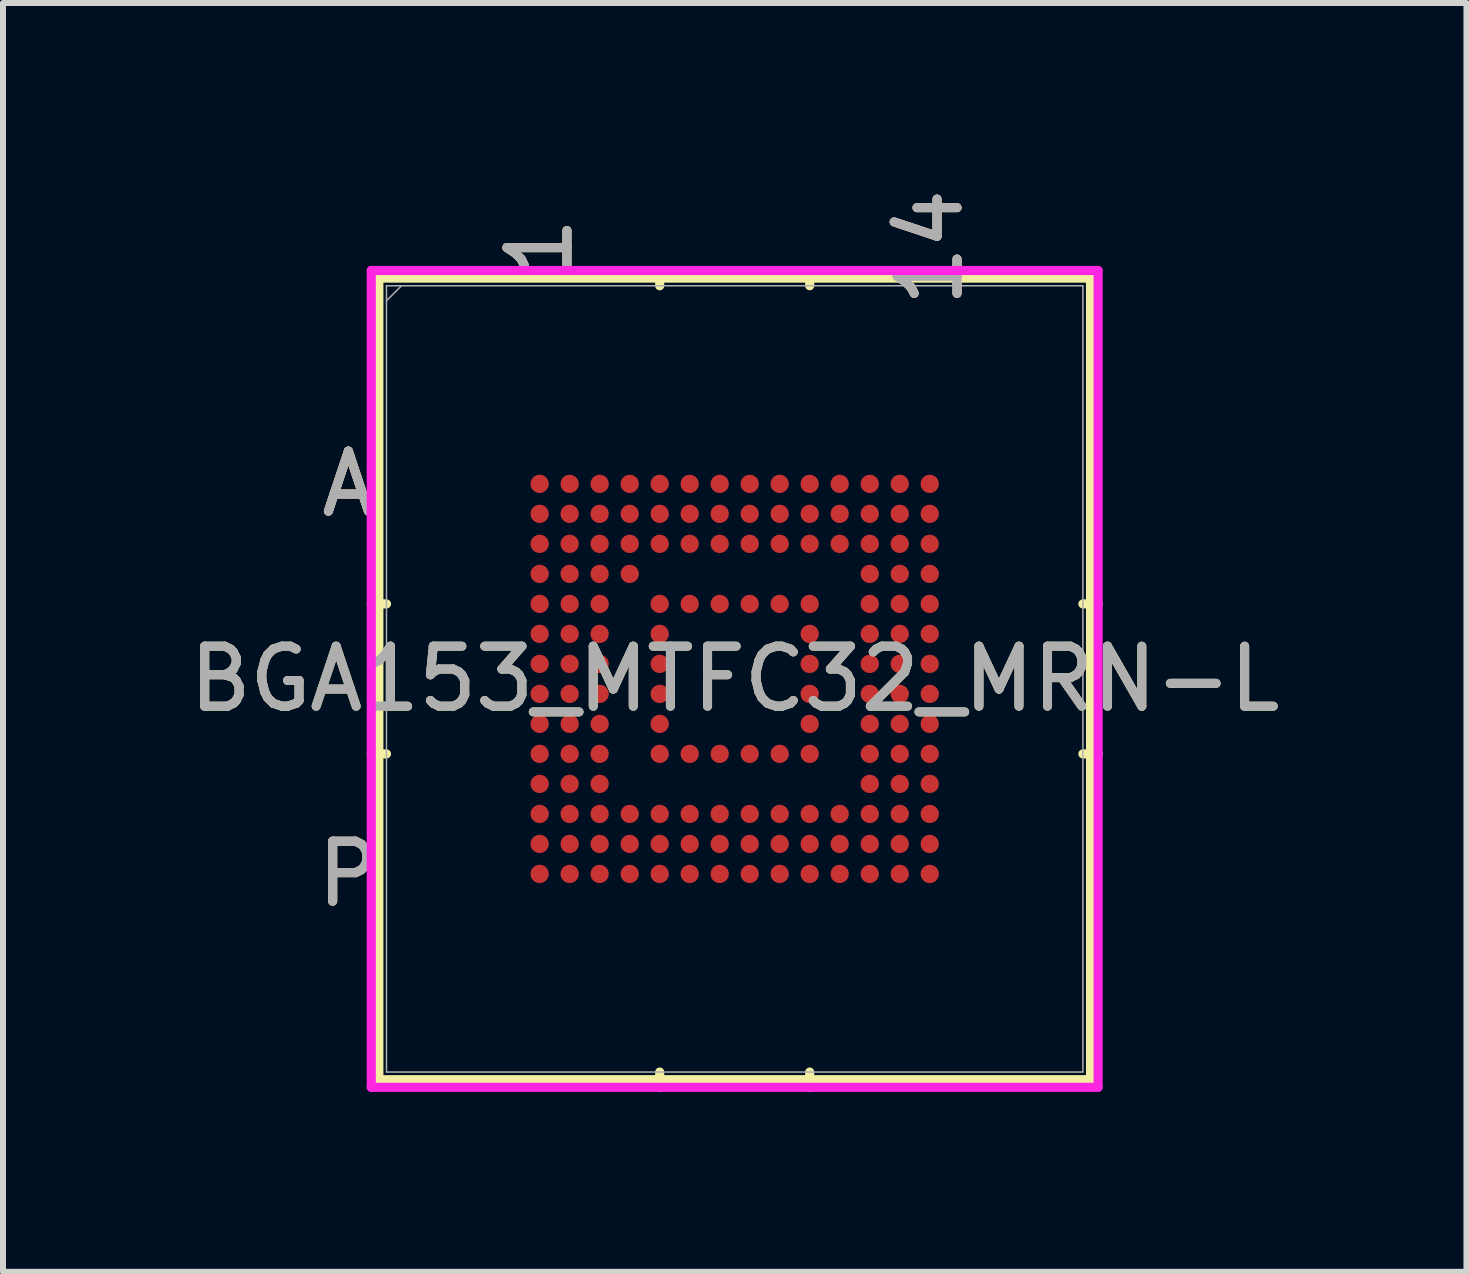
<source format=kicad_pcb>
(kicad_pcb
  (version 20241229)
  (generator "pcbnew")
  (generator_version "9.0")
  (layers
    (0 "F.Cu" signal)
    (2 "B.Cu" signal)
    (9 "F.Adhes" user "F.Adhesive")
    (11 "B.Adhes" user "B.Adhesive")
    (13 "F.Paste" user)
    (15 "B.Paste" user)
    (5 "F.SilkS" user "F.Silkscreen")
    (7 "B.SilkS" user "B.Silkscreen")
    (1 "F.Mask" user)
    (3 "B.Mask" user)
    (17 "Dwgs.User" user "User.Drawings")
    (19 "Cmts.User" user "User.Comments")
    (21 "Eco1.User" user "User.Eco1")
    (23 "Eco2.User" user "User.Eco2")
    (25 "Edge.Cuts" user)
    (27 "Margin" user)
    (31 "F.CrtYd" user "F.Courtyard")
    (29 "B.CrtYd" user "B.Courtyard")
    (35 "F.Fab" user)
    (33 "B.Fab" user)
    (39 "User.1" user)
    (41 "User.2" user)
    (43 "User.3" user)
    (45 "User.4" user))
  (footprint "BGA153_MTFC32_MRN-L"
    (layer "F.Cu")
    (at 9.196 8.266)
    (property "Reference" "BGA153_MTFC32_MRN-L" (at 0 0 0) (unlocked yes) (layer "F.SilkS") (effects (font (size 1 1) (thickness 0.15))))
    (attr smd)
    (fp_line (start -5.931 -6.68) (end -5.931 6.68) (stroke (width 0.152) (type solid)) (layer "F.SilkS"))
    (fp_line (start -5.931 6.68) (end 5.931 6.68) (stroke (width 0.152) (type solid)) (layer "F.SilkS"))
    (fp_line (start -5.804 -1.25) (end -6.058 -1.25) (stroke (width 0.152) (type solid)) (layer "F.SilkS"))
    (fp_line (start -5.804 1.25) (end -6.058 1.25) (stroke (width 0.152) (type solid)) (layer "F.SilkS"))
    (fp_line (start -1.25 -6.553) (end -1.25 -6.807) (stroke (width 0.152) (type solid)) (layer "F.SilkS"))
    (fp_line (start -1.25 6.553) (end -1.25 6.807) (stroke (width 0.152) (type solid)) (layer "F.SilkS"))
    (fp_line (start 1.25 -6.553) (end 1.25 -6.807) (stroke (width 0.152) (type solid)) (layer "F.SilkS"))
    (fp_line (start 1.25 6.553) (end 1.25 6.807) (stroke (width 0.152) (type solid)) (layer "F.SilkS"))
    (fp_line (start 5.804 -1.25) (end 6.058 -1.25) (stroke (width 0.152) (type solid)) (layer "F.SilkS"))
    (fp_line (start 5.804 1.25) (end 6.058 1.25) (stroke (width 0.152) (type solid)) (layer "F.SilkS"))
    (fp_line (start 5.931 -6.68) (end -5.931 -6.68) (stroke (width 0.152) (type solid)) (layer "F.SilkS"))
    (fp_line (start 5.931 6.68) (end 5.931 -6.68) (stroke (width 0.152) (type solid)) (layer "F.SilkS"))
    (fp_poly (pts (xy -3.945 -3.945) (xy 3.945 -3.945) (xy 3.945 3.945) (xy -3.945 3.945)) (stroke (width 0.1) (type solid)) (fill no) (layer "Eco2.User"))
    (fp_line (start -6.058 -6.807) (end 6.058 -6.807) (stroke (width 0.152) (type solid)) (layer "F.CrtYd"))
    (fp_line (start -6.058 6.807) (end -6.058 -6.807) (stroke (width 0.152) (type solid)) (layer "F.CrtYd"))
    (fp_line (start 6.058 -6.807) (end 6.058 6.807) (stroke (width 0.152) (type solid)) (layer "F.CrtYd"))
    (fp_line (start 6.058 6.807) (end -6.058 6.807) (stroke (width 0.152) (type solid)) (layer "F.CrtYd"))
    (fp_line (start -5.804 -6.553) (end -5.804 6.553) (stroke (width 0.025) (type solid)) (layer "F.Fab"))
    (fp_line (start -5.804 6.553) (end 5.804 6.553) (stroke (width 0.025) (type solid)) (layer "F.Fab"))
    (fp_line (start -5.554 -6.553) (end -5.804 -6.303) (stroke (width 0.025) (type solid)) (layer "F.Fab"))
    (fp_line (start 5.804 -6.553) (end -5.804 -6.553) (stroke (width 0.025) (type solid)) (layer "F.Fab"))
    (fp_line (start 5.804 6.553) (end 5.804 -6.553) (stroke (width 0.025) (type solid)) (layer "F.Fab"))
    (fp_text user "P" (at -6.439 3.251 0) (unlocked yes) (layer "F.SilkS") (effects (font (size 1 1) (thickness 0.15))))
    (fp_text user "1" (at -3.251 -7.188 90) (unlocked yes) (layer "F.SilkS") (effects (font (size 1 1) (thickness 0.15))))
    (fp_text user "A" (at -6.439 -3.251 0) (unlocked yes) (layer "F.SilkS") (effects (font (size 1 1) (thickness 0.15))))
    (fp_text user "14" (at 3.251 -7.188 90) (unlocked yes) (layer "F.SilkS") (effects (font (size 1 1) (thickness 0.15))))
    (fp_text user "P" (at -6.439 3.251 0) (unlocked yes) (layer "B.SilkS") (effects (font (size 1 1) (thickness 0.15))))
    (fp_text user "14" (at 3.251 -7.188 90) (unlocked yes) (layer "B.SilkS") (effects (font (size 1 1) (thickness 0.15))))
    (fp_text user "A" (at -6.439 -3.251 0) (unlocked yes) (layer "B.SilkS") (effects (font (size 1 1) (thickness 0.15))))
    (fp_text user "1" (at -3.251 -7.188 90) (unlocked yes) (layer "B.SilkS") (effects (font (size 1 1) (thickness 0.15))))
    (fp_text user "A" (at -6.439 -3.251 0) (unlocked yes) (layer "F.Fab") (effects (font (size 1 1) (thickness 0.15))))
    (fp_text user "P" (at -6.439 3.251 0) (unlocked yes) (layer "F.Fab") (effects (font (size 1 1) (thickness 0.15))))
    (fp_text user "14" (at 3.251 -7.188 90) (unlocked yes) (layer "F.Fab") (effects (font (size 1 1) (thickness 0.15))))
    (fp_text user "${REFERENCE}" (at 0 0 0) (unlocked yes) (layer "F.Fab") (effects (font (size 1 1) (thickness 0.15))))
    (fp_text user "1" (at -3.251 -7.188 90) (unlocked yes) (layer "F.Fab") (effects (font (size 1 1) (thickness 0.15))))
    (pad "A1" smd circle (at -3.251 -3.251) (size 0.305 0.305) (layers "F.Cu" "F.Mask" "F.Paste"))
    (pad "A2" smd circle (at -2.751 -3.251) (size 0.305 0.305) (layers "F.Cu" "F.Mask" "F.Paste"))
    (pad "A3" smd circle (at -2.251 -3.251) (size 0.305 0.305) (layers "F.Cu" "F.Mask" "F.Paste"))
    (pad "A4" smd circle (at -1.75 -3.251) (size 0.305 0.305) (layers "F.Cu" "F.Mask" "F.Paste"))
    (pad "A5" smd circle (at -1.25 -3.251) (size 0.305 0.305) (layers "F.Cu" "F.Mask" "F.Paste"))
    (pad "A6" smd circle (at -0.75 -3.251) (size 0.305 0.305) (layers "F.Cu" "F.Mask" "F.Paste"))
    (pad "A7" smd circle (at -0.25 -3.251) (size 0.305 0.305) (layers "F.Cu" "F.Mask" "F.Paste"))
    (pad "A8" smd circle (at 0.25 -3.251) (size 0.305 0.305) (layers "F.Cu" "F.Mask" "F.Paste"))
    (pad "A9" smd circle (at 0.75 -3.251) (size 0.305 0.305) (layers "F.Cu" "F.Mask" "F.Paste"))
    (pad "A10" smd circle (at 1.25 -3.251) (size 0.305 0.305) (layers "F.Cu" "F.Mask" "F.Paste"))
    (pad "A11" smd circle (at 1.75 -3.251) (size 0.305 0.305) (layers "F.Cu" "F.Mask" "F.Paste"))
    (pad "A12" smd circle (at 2.251 -3.251) (size 0.305 0.305) (layers "F.Cu" "F.Mask" "F.Paste"))
    (pad "A13" smd circle (at 2.751 -3.251) (size 0.305 0.305) (layers "F.Cu" "F.Mask" "F.Paste"))
    (pad "A14" smd circle (at 3.251 -3.251) (size 0.305 0.305) (layers "F.Cu" "F.Mask" "F.Paste"))
    (pad "B1" smd circle (at -3.251 -2.751) (size 0.305 0.305) (layers "F.Cu" "F.Mask" "F.Paste"))
    (pad "B2" smd circle (at -2.751 -2.751) (size 0.305 0.305) (layers "F.Cu" "F.Mask" "F.Paste"))
    (pad "B3" smd circle (at -2.251 -2.751) (size 0.305 0.305) (layers "F.Cu" "F.Mask" "F.Paste"))
    (pad "B4" smd circle (at -1.75 -2.751) (size 0.305 0.305) (layers "F.Cu" "F.Mask" "F.Paste"))
    (pad "B5" smd circle (at -1.25 -2.751) (size 0.305 0.305) (layers "F.Cu" "F.Mask" "F.Paste"))
    (pad "B6" smd circle (at -0.75 -2.751) (size 0.305 0.305) (layers "F.Cu" "F.Mask" "F.Paste"))
    (pad "B7" smd circle (at -0.25 -2.751) (size 0.305 0.305) (layers "F.Cu" "F.Mask" "F.Paste"))
    (pad "B8" smd circle (at 0.25 -2.751) (size 0.305 0.305) (layers "F.Cu" "F.Mask" "F.Paste"))
    (pad "B9" smd circle (at 0.75 -2.751) (size 0.305 0.305) (layers "F.Cu" "F.Mask" "F.Paste"))
    (pad "B10" smd circle (at 1.25 -2.751) (size 0.305 0.305) (layers "F.Cu" "F.Mask" "F.Paste"))
    (pad "B11" smd circle (at 1.75 -2.751) (size 0.305 0.305) (layers "F.Cu" "F.Mask" "F.Paste"))
    (pad "B12" smd circle (at 2.251 -2.751) (size 0.305 0.305) (layers "F.Cu" "F.Mask" "F.Paste"))
    (pad "B13" smd circle (at 2.751 -2.751) (size 0.305 0.305) (layers "F.Cu" "F.Mask" "F.Paste"))
    (pad "B14" smd circle (at 3.251 -2.751) (size 0.305 0.305) (layers "F.Cu" "F.Mask" "F.Paste"))
    (pad "C1" smd circle (at -3.251 -2.251) (size 0.305 0.305) (layers "F.Cu" "F.Mask" "F.Paste"))
    (pad "C2" smd circle (at -2.751 -2.251) (size 0.305 0.305) (layers "F.Cu" "F.Mask" "F.Paste"))
    (pad "C3" smd circle (at -2.251 -2.251) (size 0.305 0.305) (layers "F.Cu" "F.Mask" "F.Paste"))
    (pad "C4" smd circle (at -1.75 -2.251) (size 0.305 0.305) (layers "F.Cu" "F.Mask" "F.Paste"))
    (pad "C5" smd circle (at -1.25 -2.251) (size 0.305 0.305) (layers "F.Cu" "F.Mask" "F.Paste"))
    (pad "C6" smd circle (at -0.75 -2.251) (size 0.305 0.305) (layers "F.Cu" "F.Mask" "F.Paste"))
    (pad "C7" smd circle (at -0.25 -2.251) (size 0.305 0.305) (layers "F.Cu" "F.Mask" "F.Paste"))
    (pad "C8" smd circle (at 0.25 -2.251) (size 0.305 0.305) (layers "F.Cu" "F.Mask" "F.Paste"))
    (pad "C9" smd circle (at 0.75 -2.251) (size 0.305 0.305) (layers "F.Cu" "F.Mask" "F.Paste"))
    (pad "C10" smd circle (at 1.25 -2.251) (size 0.305 0.305) (layers "F.Cu" "F.Mask" "F.Paste"))
    (pad "C11" smd circle (at 1.75 -2.251) (size 0.305 0.305) (layers "F.Cu" "F.Mask" "F.Paste"))
    (pad "C12" smd circle (at 2.251 -2.251) (size 0.305 0.305) (layers "F.Cu" "F.Mask" "F.Paste"))
    (pad "C13" smd circle (at 2.751 -2.251) (size 0.305 0.305) (layers "F.Cu" "F.Mask" "F.Paste"))
    (pad "C14" smd circle (at 3.251 -2.251) (size 0.305 0.305) (layers "F.Cu" "F.Mask" "F.Paste"))
    (pad "D1" smd circle (at -3.251 -1.75) (size 0.305 0.305) (layers "F.Cu" "F.Mask" "F.Paste"))
    (pad "D2" smd circle (at -2.751 -1.75) (size 0.305 0.305) (layers "F.Cu" "F.Mask" "F.Paste"))
    (pad "D3" smd circle (at -2.251 -1.75) (size 0.305 0.305) (layers "F.Cu" "F.Mask" "F.Paste"))
    (pad "D4" smd circle (at -1.75 -1.75) (size 0.305 0.305) (layers "F.Cu" "F.Mask" "F.Paste"))
    (pad "D12" smd circle (at 2.251 -1.75) (size 0.305 0.305) (layers "F.Cu" "F.Mask" "F.Paste"))
    (pad "D13" smd circle (at 2.751 -1.75) (size 0.305 0.305) (layers "F.Cu" "F.Mask" "F.Paste"))
    (pad "D14" smd circle (at 3.251 -1.75) (size 0.305 0.305) (layers "F.Cu" "F.Mask" "F.Paste"))
    (pad "E1" smd circle (at -3.251 -1.25) (size 0.305 0.305) (layers "F.Cu" "F.Mask" "F.Paste"))
    (pad "E2" smd circle (at -2.751 -1.25) (size 0.305 0.305) (layers "F.Cu" "F.Mask" "F.Paste"))
    (pad "E3" smd circle (at -2.251 -1.25) (size 0.305 0.305) (layers "F.Cu" "F.Mask" "F.Paste"))
    (pad "E5" smd circle (at -1.25 -1.25) (size 0.305 0.305) (layers "F.Cu" "F.Mask" "F.Paste"))
    (pad "E6" smd circle (at -0.75 -1.25) (size 0.305 0.305) (layers "F.Cu" "F.Mask" "F.Paste"))
    (pad "E7" smd circle (at -0.25 -1.25) (size 0.305 0.305) (layers "F.Cu" "F.Mask" "F.Paste"))
    (pad "E8" smd circle (at 0.25 -1.25) (size 0.305 0.305) (layers "F.Cu" "F.Mask" "F.Paste"))
    (pad "E9" smd circle (at 0.75 -1.25) (size 0.305 0.305) (layers "F.Cu" "F.Mask" "F.Paste"))
    (pad "E10" smd circle (at 1.25 -1.25) (size 0.305 0.305) (layers "F.Cu" "F.Mask" "F.Paste"))
    (pad "E12" smd circle (at 2.251 -1.25) (size 0.305 0.305) (layers "F.Cu" "F.Mask" "F.Paste"))
    (pad "E13" smd circle (at 2.751 -1.25) (size 0.305 0.305) (layers "F.Cu" "F.Mask" "F.Paste"))
    (pad "E14" smd circle (at 3.251 -1.25) (size 0.305 0.305) (layers "F.Cu" "F.Mask" "F.Paste"))
    (pad "F1" smd circle (at -3.251 -0.75) (size 0.305 0.305) (layers "F.Cu" "F.Mask" "F.Paste"))
    (pad "F2" smd circle (at -2.751 -0.75) (size 0.305 0.305) (layers "F.Cu" "F.Mask" "F.Paste"))
    (pad "F3" smd circle (at -2.251 -0.75) (size 0.305 0.305) (layers "F.Cu" "F.Mask" "F.Paste"))
    (pad "F5" smd circle (at -1.25 -0.75) (size 0.305 0.305) (layers "F.Cu" "F.Mask" "F.Paste"))
    (pad "F10" smd circle (at 1.25 -0.75) (size 0.305 0.305) (layers "F.Cu" "F.Mask" "F.Paste"))
    (pad "F12" smd circle (at 2.251 -0.75) (size 0.305 0.305) (layers "F.Cu" "F.Mask" "F.Paste"))
    (pad "F13" smd circle (at 2.751 -0.75) (size 0.305 0.305) (layers "F.Cu" "F.Mask" "F.Paste"))
    (pad "F14" smd circle (at 3.251 -0.75) (size 0.305 0.305) (layers "F.Cu" "F.Mask" "F.Paste"))
    (pad "G1" smd circle (at -3.251 -0.25) (size 0.305 0.305) (layers "F.Cu" "F.Mask" "F.Paste"))
    (pad "G2" smd circle (at -2.751 -0.25) (size 0.305 0.305) (layers "F.Cu" "F.Mask" "F.Paste"))
    (pad "G3" smd circle (at -2.251 -0.25) (size 0.305 0.305) (layers "F.Cu" "F.Mask" "F.Paste"))
    (pad "G5" smd circle (at -1.25 -0.25) (size 0.305 0.305) (layers "F.Cu" "F.Mask" "F.Paste"))
    (pad "G10" smd circle (at 1.25 -0.25) (size 0.305 0.305) (layers "F.Cu" "F.Mask" "F.Paste"))
    (pad "G12" smd circle (at 2.251 -0.25) (size 0.305 0.305) (layers "F.Cu" "F.Mask" "F.Paste"))
    (pad "G13" smd circle (at 2.751 -0.25) (size 0.305 0.305) (layers "F.Cu" "F.Mask" "F.Paste"))
    (pad "G14" smd circle (at 3.251 -0.25) (size 0.305 0.305) (layers "F.Cu" "F.Mask" "F.Paste"))
    (pad "H1" smd circle (at -3.251 0.25) (size 0.305 0.305) (layers "F.Cu" "F.Mask" "F.Paste"))
    (pad "H2" smd circle (at -2.751 0.25) (size 0.305 0.305) (layers "F.Cu" "F.Mask" "F.Paste"))
    (pad "H3" smd circle (at -2.251 0.25) (size 0.305 0.305) (layers "F.Cu" "F.Mask" "F.Paste"))
    (pad "H5" smd circle (at -1.25 0.25) (size 0.305 0.305) (layers "F.Cu" "F.Mask" "F.Paste"))
    (pad "H10" smd circle (at 1.25 0.25) (size 0.305 0.305) (layers "F.Cu" "F.Mask" "F.Paste"))
    (pad "H12" smd circle (at 2.251 0.25) (size 0.305 0.305) (layers "F.Cu" "F.Mask" "F.Paste"))
    (pad "H13" smd circle (at 2.751 0.25) (size 0.305 0.305) (layers "F.Cu" "F.Mask" "F.Paste"))
    (pad "H14" smd circle (at 3.251 0.25) (size 0.305 0.305) (layers "F.Cu" "F.Mask" "F.Paste"))
    (pad "J1" smd circle (at -3.251 0.75) (size 0.305 0.305) (layers "F.Cu" "F.Mask" "F.Paste"))
    (pad "J2" smd circle (at -2.751 0.75) (size 0.305 0.305) (layers "F.Cu" "F.Mask" "F.Paste"))
    (pad "J3" smd circle (at -2.251 0.75) (size 0.305 0.305) (layers "F.Cu" "F.Mask" "F.Paste"))
    (pad "J5" smd circle (at -1.25 0.75) (size 0.305 0.305) (layers "F.Cu" "F.Mask" "F.Paste"))
    (pad "J10" smd circle (at 1.25 0.75) (size 0.305 0.305) (layers "F.Cu" "F.Mask" "F.Paste"))
    (pad "J12" smd circle (at 2.251 0.75) (size 0.305 0.305) (layers "F.Cu" "F.Mask" "F.Paste"))
    (pad "J13" smd circle (at 2.751 0.75) (size 0.305 0.305) (layers "F.Cu" "F.Mask" "F.Paste"))
    (pad "J14" smd circle (at 3.251 0.75) (size 0.305 0.305) (layers "F.Cu" "F.Mask" "F.Paste"))
    (pad "K1" smd circle (at -3.251 1.25) (size 0.305 0.305) (layers "F.Cu" "F.Mask" "F.Paste"))
    (pad "K2" smd circle (at -2.751 1.25) (size 0.305 0.305) (layers "F.Cu" "F.Mask" "F.Paste"))
    (pad "K3" smd circle (at -2.251 1.25) (size 0.305 0.305) (layers "F.Cu" "F.Mask" "F.Paste"))
    (pad "K5" smd circle (at -1.25 1.25) (size 0.305 0.305) (layers "F.Cu" "F.Mask" "F.Paste"))
    (pad "K6" smd circle (at -0.75 1.25) (size 0.305 0.305) (layers "F.Cu" "F.Mask" "F.Paste"))
    (pad "K7" smd circle (at -0.25 1.25) (size 0.305 0.305) (layers "F.Cu" "F.Mask" "F.Paste"))
    (pad "K8" smd circle (at 0.25 1.25) (size 0.305 0.305) (layers "F.Cu" "F.Mask" "F.Paste"))
    (pad "K9" smd circle (at 0.75 1.25) (size 0.305 0.305) (layers "F.Cu" "F.Mask" "F.Paste"))
    (pad "K10" smd circle (at 1.25 1.25) (size 0.305 0.305) (layers "F.Cu" "F.Mask" "F.Paste"))
    (pad "K12" smd circle (at 2.251 1.25) (size 0.305 0.305) (layers "F.Cu" "F.Mask" "F.Paste"))
    (pad "K13" smd circle (at 2.751 1.25) (size 0.305 0.305) (layers "F.Cu" "F.Mask" "F.Paste"))
    (pad "K14" smd circle (at 3.251 1.25) (size 0.305 0.305) (layers "F.Cu" "F.Mask" "F.Paste"))
    (pad "L1" smd circle (at -3.251 1.75) (size 0.305 0.305) (layers "F.Cu" "F.Mask" "F.Paste"))
    (pad "L2" smd circle (at -2.751 1.75) (size 0.305 0.305) (layers "F.Cu" "F.Mask" "F.Paste"))
    (pad "L3" smd circle (at -2.251 1.75) (size 0.305 0.305) (layers "F.Cu" "F.Mask" "F.Paste"))
    (pad "L12" smd circle (at 2.251 1.75) (size 0.305 0.305) (layers "F.Cu" "F.Mask" "F.Paste"))
    (pad "L13" smd circle (at 2.751 1.75) (size 0.305 0.305) (layers "F.Cu" "F.Mask" "F.Paste"))
    (pad "L14" smd circle (at 3.251 1.75) (size 0.305 0.305) (layers "F.Cu" "F.Mask" "F.Paste"))
    (pad "M1" smd circle (at -3.251 2.251) (size 0.305 0.305) (layers "F.Cu" "F.Mask" "F.Paste"))
    (pad "M2" smd circle (at -2.751 2.251) (size 0.305 0.305) (layers "F.Cu" "F.Mask" "F.Paste"))
    (pad "M3" smd circle (at -2.251 2.251) (size 0.305 0.305) (layers "F.Cu" "F.Mask" "F.Paste"))
    (pad "M4" smd circle (at -1.75 2.251) (size 0.305 0.305) (layers "F.Cu" "F.Mask" "F.Paste"))
    (pad "M5" smd circle (at -1.25 2.251) (size 0.305 0.305) (layers "F.Cu" "F.Mask" "F.Paste"))
    (pad "M6" smd circle (at -0.75 2.251) (size 0.305 0.305) (layers "F.Cu" "F.Mask" "F.Paste"))
    (pad "M7" smd circle (at -0.25 2.251) (size 0.305 0.305) (layers "F.Cu" "F.Mask" "F.Paste"))
    (pad "M8" smd circle (at 0.25 2.251) (size 0.305 0.305) (layers "F.Cu" "F.Mask" "F.Paste"))
    (pad "M9" smd circle (at 0.75 2.251) (size 0.305 0.305) (layers "F.Cu" "F.Mask" "F.Paste"))
    (pad "M10" smd circle (at 1.25 2.251) (size 0.305 0.305) (layers "F.Cu" "F.Mask" "F.Paste"))
    (pad "M11" smd circle (at 1.75 2.251) (size 0.305 0.305) (layers "F.Cu" "F.Mask" "F.Paste"))
    (pad "M12" smd circle (at 2.251 2.251) (size 0.305 0.305) (layers "F.Cu" "F.Mask" "F.Paste"))
    (pad "M13" smd circle (at 2.751 2.251) (size 0.305 0.305) (layers "F.Cu" "F.Mask" "F.Paste"))
    (pad "M14" smd circle (at 3.251 2.251) (size 0.305 0.305) (layers "F.Cu" "F.Mask" "F.Paste"))
    (pad "N1" smd circle (at -3.251 2.751) (size 0.305 0.305) (layers "F.Cu" "F.Mask" "F.Paste"))
    (pad "N2" smd circle (at -2.751 2.751) (size 0.305 0.305) (layers "F.Cu" "F.Mask" "F.Paste"))
    (pad "N3" smd circle (at -2.251 2.751) (size 0.305 0.305) (layers "F.Cu" "F.Mask" "F.Paste"))
    (pad "N4" smd circle (at -1.75 2.751) (size 0.305 0.305) (layers "F.Cu" "F.Mask" "F.Paste"))
    (pad "N5" smd circle (at -1.25 2.751) (size 0.305 0.305) (layers "F.Cu" "F.Mask" "F.Paste"))
    (pad "N6" smd circle (at -0.75 2.751) (size 0.305 0.305) (layers "F.Cu" "F.Mask" "F.Paste"))
    (pad "N7" smd circle (at -0.25 2.751) (size 0.305 0.305) (layers "F.Cu" "F.Mask" "F.Paste"))
    (pad "N8" smd circle (at 0.25 2.751) (size 0.305 0.305) (layers "F.Cu" "F.Mask" "F.Paste"))
    (pad "N9" smd circle (at 0.75 2.751) (size 0.305 0.305) (layers "F.Cu" "F.Mask" "F.Paste"))
    (pad "N10" smd circle (at 1.25 2.751) (size 0.305 0.305) (layers "F.Cu" "F.Mask" "F.Paste"))
    (pad "N11" smd circle (at 1.75 2.751) (size 0.305 0.305) (layers "F.Cu" "F.Mask" "F.Paste"))
    (pad "N12" smd circle (at 2.251 2.751) (size 0.305 0.305) (layers "F.Cu" "F.Mask" "F.Paste"))
    (pad "N13" smd circle (at 2.751 2.751) (size 0.305 0.305) (layers "F.Cu" "F.Mask" "F.Paste"))
    (pad "N14" smd circle (at 3.251 2.751) (size 0.305 0.305) (layers "F.Cu" "F.Mask" "F.Paste"))
    (pad "P1" smd circle (at -3.251 3.251) (size 0.305 0.305) (layers "F.Cu" "F.Mask" "F.Paste"))
    (pad "P2" smd circle (at -2.751 3.251) (size 0.305 0.305) (layers "F.Cu" "F.Mask" "F.Paste"))
    (pad "P3" smd circle (at -2.251 3.251) (size 0.305 0.305) (layers "F.Cu" "F.Mask" "F.Paste"))
    (pad "P4" smd circle (at -1.75 3.251) (size 0.305 0.305) (layers "F.Cu" "F.Mask" "F.Paste"))
    (pad "P5" smd circle (at -1.25 3.251) (size 0.305 0.305) (layers "F.Cu" "F.Mask" "F.Paste"))
    (pad "P6" smd circle (at -0.75 3.251) (size 0.305 0.305) (layers "F.Cu" "F.Mask" "F.Paste"))
    (pad "P7" smd circle (at -0.25 3.251) (size 0.305 0.305) (layers "F.Cu" "F.Mask" "F.Paste"))
    (pad "P8" smd circle (at 0.25 3.251) (size 0.305 0.305) (layers "F.Cu" "F.Mask" "F.Paste"))
    (pad "P9" smd circle (at 0.75 3.251) (size 0.305 0.305) (layers "F.Cu" "F.Mask" "F.Paste"))
    (pad "P10" smd circle (at 1.25 3.251) (size 0.305 0.305) (layers "F.Cu" "F.Mask" "F.Paste"))
    (pad "P11" smd circle (at 1.75 3.251) (size 0.305 0.305) (layers "F.Cu" "F.Mask" "F.Paste"))
    (pad "P12" smd circle (at 2.251 3.251) (size 0.305 0.305) (layers "F.Cu" "F.Mask" "F.Paste"))
    (pad "P13" smd circle (at 2.751 3.251) (size 0.305 0.305) (layers "F.Cu" "F.Mask" "F.Paste"))
    (pad "P14" smd circle (at 3.251 3.251) (size 0.305 0.305) (layers "F.Cu" "F.Mask" "F.Paste")))
  (gr_rect
    (start -3 -3)
    (end 21.393 18.149)
    (stroke (width 0.1) (type default))
    (fill no)
    (layer "Edge.Cuts")))
</source>
